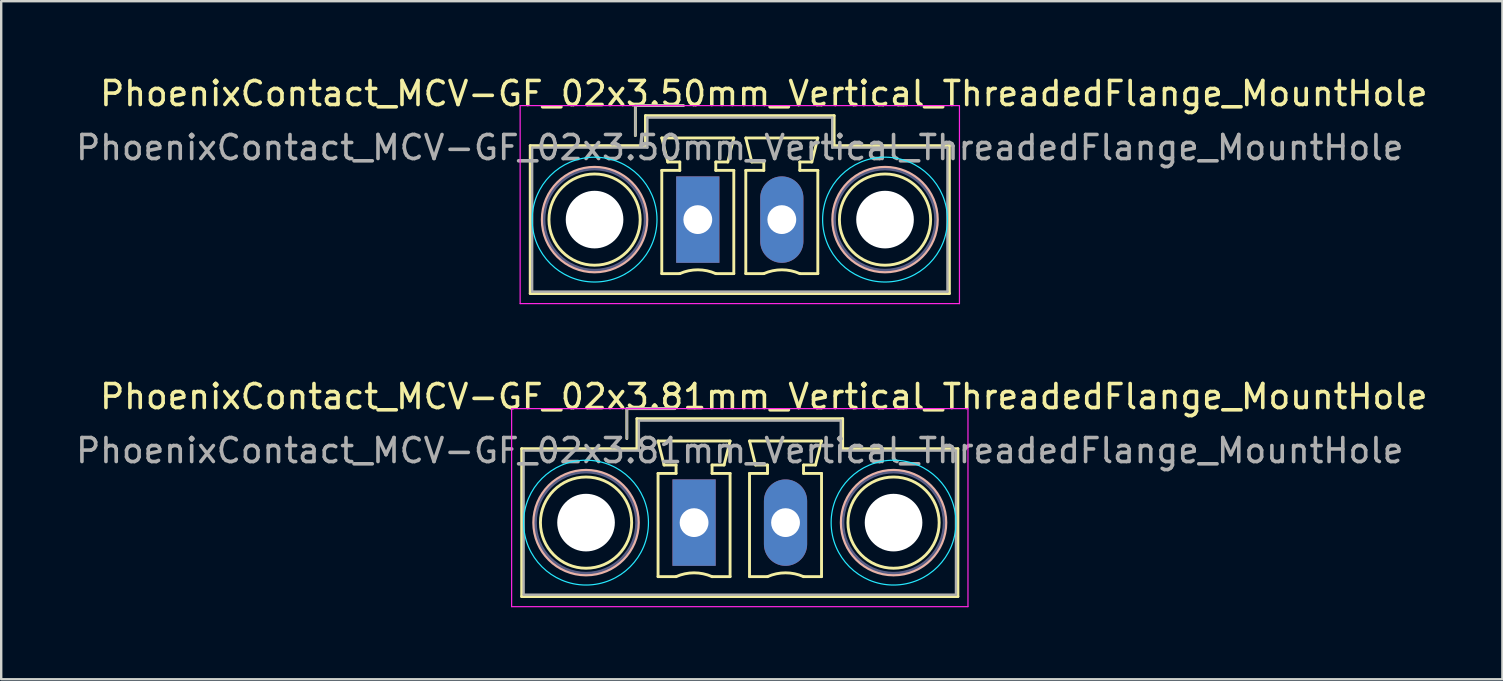
<source format=kicad_pcb>
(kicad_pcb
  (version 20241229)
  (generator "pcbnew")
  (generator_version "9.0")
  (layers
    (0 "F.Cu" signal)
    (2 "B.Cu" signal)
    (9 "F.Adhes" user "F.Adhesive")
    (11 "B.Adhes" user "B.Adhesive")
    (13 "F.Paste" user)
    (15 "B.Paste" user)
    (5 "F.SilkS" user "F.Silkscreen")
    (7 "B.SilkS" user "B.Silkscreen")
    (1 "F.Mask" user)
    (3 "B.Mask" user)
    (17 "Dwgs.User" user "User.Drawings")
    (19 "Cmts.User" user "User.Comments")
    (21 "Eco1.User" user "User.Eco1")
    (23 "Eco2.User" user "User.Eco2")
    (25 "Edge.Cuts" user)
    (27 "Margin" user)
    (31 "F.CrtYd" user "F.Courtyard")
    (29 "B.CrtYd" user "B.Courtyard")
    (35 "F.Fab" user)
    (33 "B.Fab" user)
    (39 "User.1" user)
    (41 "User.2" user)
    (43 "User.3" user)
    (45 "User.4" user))
  (footprint "PhoenixContact_MCV-GF_02x3.81mm_Vertical_ThreadedFlange_MountHole"
    (layer "F.Cu")
    (at 25.863 18.721)
    (property "Reference" "PhoenixContact_MCV-GF_02x3.81mm_Vertical_ThreadedFlange_MountHole" (at 2.905 -5.25 0) (layer "F.SilkS") (effects (font (size 1 1) (thickness 0.15))))
    (attr through_hole)
    (fp_line (start -7.18 -3.08) (end -7.18 3.08) (stroke (width 0.12) (type solid)) (layer "F.SilkS"))
    (fp_line (start -7.18 3.08) (end 10.99 3.08) (stroke (width 0.12) (type solid)) (layer "F.SilkS"))
    (fp_line (start -2.8 -4.75) (end -0.8 -4.75) (stroke (width 0.12) (type solid)) (layer "F.SilkS"))
    (fp_line (start -2.8 -3.5) (end -2.8 -4.75) (stroke (width 0.12) (type solid)) (layer "F.SilkS"))
    (fp_line (start -2.38 -4.33) (end -2.38 -3.08) (stroke (width 0.12) (type solid)) (layer "F.SilkS"))
    (fp_line (start -2.38 -3.08) (end -7.18 -3.08) (stroke (width 0.12) (type solid)) (layer "F.SilkS"))
    (fp_line (start -1.5 -3.4) (end 1.5 -3.4) (stroke (width 0.12) (type solid)) (layer "F.SilkS"))
    (fp_line (start -1.5 -2.05) (end -0.75 -2.05) (stroke (width 0.12) (type solid)) (layer "F.SilkS"))
    (fp_line (start -1.5 2.25) (end -1.5 -2.05) (stroke (width 0.12) (type solid)) (layer "F.SilkS"))
    (fp_line (start -1.25 -2.4) (end -1.5 -3.4) (stroke (width 0.12) (type solid)) (layer "F.SilkS"))
    (fp_line (start -0.75 -2.4) (end -1.25 -2.4) (stroke (width 0.12) (type solid)) (layer "F.SilkS"))
    (fp_line (start -0.75 -2.05) (end -0.75 -2.4) (stroke (width 0.12) (type solid)) (layer "F.SilkS"))
    (fp_line (start -0.75 2.25) (end -1.5 2.25) (stroke (width 0.12) (type solid)) (layer "F.SilkS"))
    (fp_line (start 0.75 -2.4) (end 0.75 -2.05) (stroke (width 0.12) (type solid)) (layer "F.SilkS"))
    (fp_line (start 0.75 -2.05) (end 1.5 -2.05) (stroke (width 0.12) (type solid)) (layer "F.SilkS"))
    (fp_line (start 1.25 -2.4) (end 0.75 -2.4) (stroke (width 0.12) (type solid)) (layer "F.SilkS"))
    (fp_line (start 1.5 -3.4) (end 1.25 -2.4) (stroke (width 0.12) (type solid)) (layer "F.SilkS"))
    (fp_line (start 1.5 -2.05) (end 1.5 2.25) (stroke (width 0.12) (type solid)) (layer "F.SilkS"))
    (fp_line (start 1.5 2.25) (end 0.75 2.25) (stroke (width 0.12) (type solid)) (layer "F.SilkS"))
    (fp_line (start 2.31 -3.4) (end 5.31 -3.4) (stroke (width 0.12) (type solid)) (layer "F.SilkS"))
    (fp_line (start 2.31 -2.05) (end 3.06 -2.05) (stroke (width 0.12) (type solid)) (layer "F.SilkS"))
    (fp_line (start 2.31 2.25) (end 2.31 -2.05) (stroke (width 0.12) (type solid)) (layer "F.SilkS"))
    (fp_line (start 2.56 -2.4) (end 2.31 -3.4) (stroke (width 0.12) (type solid)) (layer "F.SilkS"))
    (fp_line (start 3.06 -2.4) (end 2.56 -2.4) (stroke (width 0.12) (type solid)) (layer "F.SilkS"))
    (fp_line (start 3.06 -2.05) (end 3.06 -2.4) (stroke (width 0.12) (type solid)) (layer "F.SilkS"))
    (fp_line (start 3.06 2.25) (end 2.31 2.25) (stroke (width 0.12) (type solid)) (layer "F.SilkS"))
    (fp_line (start 4.56 -2.4) (end 4.56 -2.05) (stroke (width 0.12) (type solid)) (layer "F.SilkS"))
    (fp_line (start 4.56 -2.05) (end 5.31 -2.05) (stroke (width 0.12) (type solid)) (layer "F.SilkS"))
    (fp_line (start 5.06 -2.4) (end 4.56 -2.4) (stroke (width 0.12) (type solid)) (layer "F.SilkS"))
    (fp_line (start 5.31 -3.4) (end 5.06 -2.4) (stroke (width 0.12) (type solid)) (layer "F.SilkS"))
    (fp_line (start 5.31 -2.05) (end 5.31 2.25) (stroke (width 0.12) (type solid)) (layer "F.SilkS"))
    (fp_line (start 5.31 2.25) (end 4.56 2.25) (stroke (width 0.12) (type solid)) (layer "F.SilkS"))
    (fp_line (start 6.19 -4.33) (end -2.38 -4.33) (stroke (width 0.12) (type solid)) (layer "F.SilkS"))
    (fp_line (start 6.19 -3.08) (end 6.19 -4.33) (stroke (width 0.12) (type solid)) (layer "F.SilkS"))
    (fp_line (start 10.99 -3.08) (end 6.19 -3.08) (stroke (width 0.12) (type solid)) (layer "F.SilkS"))
    (fp_line (start 10.99 3.08) (end 10.99 -3.08) (stroke (width 0.12) (type solid)) (layer "F.SilkS"))
    (fp_arc (start -0.75 2.25) (mid -0.000193 2.09191) (end 0.749647 2.249844) (stroke (width 0.12) (type solid)) (layer "F.SilkS"))
    (fp_arc (start 3.06 2.25) (mid 3.809807 2.09191) (end 4.559647 2.249844) (stroke (width 0.12) (type solid)) (layer "F.SilkS"))
    (fp_circle (center -4.5 0) (end -2.6 0) (stroke (width 0.12) (type solid)) (fill no) (layer "F.SilkS"))
    (fp_circle (center 8.31 0) (end 10.21 0) (stroke (width 0.12) (type solid)) (fill no) (layer "F.SilkS"))
    (fp_circle (center -4.5 0) (end -2.32 0) (stroke (width 0.12) (type solid)) (fill no) (layer "B.SilkS"))
    (fp_circle (center 8.31 0) (end 10.49 0) (stroke (width 0.12) (type solid)) (fill no) (layer "B.SilkS"))
    (fp_circle (center -4.5 0) (end -1.9 0) (stroke (width 0.05) (type solid)) (fill no) (layer "B.CrtYd"))
    (fp_circle (center 8.31 0) (end 10.91 0) (stroke (width 0.05) (type solid)) (fill no) (layer "B.CrtYd"))
    (fp_line (start -7.6 -4.75) (end -7.6 3.5) (stroke (width 0.05) (type solid)) (layer "F.CrtYd"))
    (fp_line (start -7.6 3.5) (end 11.41 3.5) (stroke (width 0.05) (type solid)) (layer "F.CrtYd"))
    (fp_line (start 11.41 -4.75) (end -7.6 -4.75) (stroke (width 0.05) (type solid)) (layer "F.CrtYd"))
    (fp_line (start 11.41 3.5) (end 11.41 -4.75) (stroke (width 0.05) (type solid)) (layer "F.CrtYd"))
    (fp_circle (center -4.5 0) (end -2.4 0) (stroke (width 0.1) (type solid)) (fill no) (layer "B.Fab"))
    (fp_circle (center 8.31 0) (end 10.41 0) (stroke (width 0.1) (type solid)) (fill no) (layer "B.Fab"))
    (fp_line (start -7.1 -3) (end -7.1 3) (stroke (width 0.1) (type solid)) (layer "F.Fab"))
    (fp_line (start -7.1 3) (end 10.91 3) (stroke (width 0.1) (type solid)) (layer "F.Fab"))
    (fp_line (start -2.8 -4.75) (end -0.8 -4.75) (stroke (width 0.1) (type solid)) (layer "F.Fab"))
    (fp_line (start -2.8 -3.5) (end -2.8 -4.75) (stroke (width 0.1) (type solid)) (layer "F.Fab"))
    (fp_line (start -2.3 -4.25) (end -2.3 -3) (stroke (width 0.1) (type solid)) (layer "F.Fab"))
    (fp_line (start -2.3 -3) (end -7.1 -3) (stroke (width 0.1) (type solid)) (layer "F.Fab"))
    (fp_line (start 6.11 -4.25) (end -2.3 -4.25) (stroke (width 0.1) (type solid)) (layer "F.Fab"))
    (fp_line (start 6.11 -3) (end 6.11 -4.25) (stroke (width 0.1) (type solid)) (layer "F.Fab"))
    (fp_line (start 10.91 -3) (end 6.11 -3) (stroke (width 0.1) (type solid)) (layer "F.Fab"))
    (fp_line (start 10.91 3) (end 10.91 -3) (stroke (width 0.1) (type solid)) (layer "F.Fab"))
    (fp_text user "${REFERENCE}" (at 1.905 -3 0) (layer "F.Fab") (effects (font (size 1 1) (thickness 0.15))))
    (pad "" np_thru_hole circle (at -4.5 0) (size 2.4 2.4) (drill 2.4) (layers "*.Cu" "*.Mask"))
    (pad "" np_thru_hole circle (at 8.31 0) (size 2.4 2.4) (drill 2.4) (layers "*.Cu" "*.Mask"))
    (pad "1" thru_hole rect (at 0 0) (size 1.8 3.6) (drill 1.2) (layers "*.Cu" "*.Mask"))
    (pad "2" thru_hole oval (at 3.81 0) (size 1.8 3.6) (drill 1.2) (layers "*.Cu" "*.Mask")))
  (footprint "PhoenixContact_MCV-GF_02x3.50mm_Vertical_ThreadedFlange_MountHole"
    (layer "F.Cu")
    (at 26.018 6.098)
    (property "Reference" "PhoenixContact_MCV-GF_02x3.50mm_Vertical_ThreadedFlange_MountHole" (at 2.75 -5.25 0) (layer "F.SilkS") (effects (font (size 1 1) (thickness 0.15))))
    (attr through_hole)
    (fp_line (start -6.98 -3.08) (end -6.98 3.08) (stroke (width 0.12) (type solid)) (layer "F.SilkS"))
    (fp_line (start -6.98 3.08) (end 10.48 3.08) (stroke (width 0.12) (type solid)) (layer "F.SilkS"))
    (fp_line (start -2.6 -4.75) (end -0.6 -4.75) (stroke (width 0.12) (type solid)) (layer "F.SilkS"))
    (fp_line (start -2.6 -3.5) (end -2.6 -4.75) (stroke (width 0.12) (type solid)) (layer "F.SilkS"))
    (fp_line (start -2.18 -4.33) (end -2.18 -3.08) (stroke (width 0.12) (type solid)) (layer "F.SilkS"))
    (fp_line (start -2.18 -3.08) (end -6.98 -3.08) (stroke (width 0.12) (type solid)) (layer "F.SilkS"))
    (fp_line (start -1.5 -3.4) (end 1.5 -3.4) (stroke (width 0.12) (type solid)) (layer "F.SilkS"))
    (fp_line (start -1.5 -2.05) (end -0.75 -2.05) (stroke (width 0.12) (type solid)) (layer "F.SilkS"))
    (fp_line (start -1.5 2.25) (end -1.5 -2.05) (stroke (width 0.12) (type solid)) (layer "F.SilkS"))
    (fp_line (start -1.25 -2.4) (end -1.5 -3.4) (stroke (width 0.12) (type solid)) (layer "F.SilkS"))
    (fp_line (start -0.75 -2.4) (end -1.25 -2.4) (stroke (width 0.12) (type solid)) (layer "F.SilkS"))
    (fp_line (start -0.75 -2.05) (end -0.75 -2.4) (stroke (width 0.12) (type solid)) (layer "F.SilkS"))
    (fp_line (start -0.75 2.25) (end -1.5 2.25) (stroke (width 0.12) (type solid)) (layer "F.SilkS"))
    (fp_line (start 0.75 -2.4) (end 0.75 -2.05) (stroke (width 0.12) (type solid)) (layer "F.SilkS"))
    (fp_line (start 0.75 -2.05) (end 1.5 -2.05) (stroke (width 0.12) (type solid)) (layer "F.SilkS"))
    (fp_line (start 1.25 -2.4) (end 0.75 -2.4) (stroke (width 0.12) (type solid)) (layer "F.SilkS"))
    (fp_line (start 1.5 -3.4) (end 1.25 -2.4) (stroke (width 0.12) (type solid)) (layer "F.SilkS"))
    (fp_line (start 1.5 -2.05) (end 1.5 2.25) (stroke (width 0.12) (type solid)) (layer "F.SilkS"))
    (fp_line (start 1.5 2.25) (end 0.75 2.25) (stroke (width 0.12) (type solid)) (layer "F.SilkS"))
    (fp_line (start 2 -3.4) (end 5 -3.4) (stroke (width 0.12) (type solid)) (layer "F.SilkS"))
    (fp_line (start 2 -2.05) (end 2.75 -2.05) (stroke (width 0.12) (type solid)) (layer "F.SilkS"))
    (fp_line (start 2 2.25) (end 2 -2.05) (stroke (width 0.12) (type solid)) (layer "F.SilkS"))
    (fp_line (start 2.25 -2.4) (end 2 -3.4) (stroke (width 0.12) (type solid)) (layer "F.SilkS"))
    (fp_line (start 2.75 -2.4) (end 2.25 -2.4) (stroke (width 0.12) (type solid)) (layer "F.SilkS"))
    (fp_line (start 2.75 -2.05) (end 2.75 -2.4) (stroke (width 0.12) (type solid)) (layer "F.SilkS"))
    (fp_line (start 2.75 2.25) (end 2 2.25) (stroke (width 0.12) (type solid)) (layer "F.SilkS"))
    (fp_line (start 4.25 -2.4) (end 4.25 -2.05) (stroke (width 0.12) (type solid)) (layer "F.SilkS"))
    (fp_line (start 4.25 -2.05) (end 5 -2.05) (stroke (width 0.12) (type solid)) (layer "F.SilkS"))
    (fp_line (start 4.75 -2.4) (end 4.25 -2.4) (stroke (width 0.12) (type solid)) (layer "F.SilkS"))
    (fp_line (start 5 -3.4) (end 4.75 -2.4) (stroke (width 0.12) (type solid)) (layer "F.SilkS"))
    (fp_line (start 5 -2.05) (end 5 2.25) (stroke (width 0.12) (type solid)) (layer "F.SilkS"))
    (fp_line (start 5 2.25) (end 4.25 2.25) (stroke (width 0.12) (type solid)) (layer "F.SilkS"))
    (fp_line (start 5.68 -4.33) (end -2.18 -4.33) (stroke (width 0.12) (type solid)) (layer "F.SilkS"))
    (fp_line (start 5.68 -3.08) (end 5.68 -4.33) (stroke (width 0.12) (type solid)) (layer "F.SilkS"))
    (fp_line (start 10.48 -3.08) (end 5.68 -3.08) (stroke (width 0.12) (type solid)) (layer "F.SilkS"))
    (fp_line (start 10.48 3.08) (end 10.48 -3.08) (stroke (width 0.12) (type solid)) (layer "F.SilkS"))
    (fp_arc (start -0.75 2.25) (mid -0.000193 2.09191) (end 0.749647 2.249844) (stroke (width 0.12) (type solid)) (layer "F.SilkS"))
    (fp_arc (start 2.75 2.25) (mid 3.499807 2.09191) (end 4.249647 2.249844) (stroke (width 0.12) (type solid)) (layer "F.SilkS"))
    (fp_circle (center -4.3 0) (end -2.4 0) (stroke (width 0.12) (type solid)) (fill no) (layer "F.SilkS"))
    (fp_circle (center 7.8 0) (end 9.7 0) (stroke (width 0.12) (type solid)) (fill no) (layer "F.SilkS"))
    (fp_circle (center -4.3 0) (end -2.12 0) (stroke (width 0.12) (type solid)) (fill no) (layer "B.SilkS"))
    (fp_circle (center 7.8 0) (end 9.98 0) (stroke (width 0.12) (type solid)) (fill no) (layer "B.SilkS"))
    (fp_circle (center -4.3 0) (end -1.7 0) (stroke (width 0.05) (type solid)) (fill no) (layer "B.CrtYd"))
    (fp_circle (center 7.8 0) (end 10.4 0) (stroke (width 0.05) (type solid)) (fill no) (layer "B.CrtYd"))
    (fp_line (start -7.4 -4.75) (end -7.4 3.5) (stroke (width 0.05) (type solid)) (layer "F.CrtYd"))
    (fp_line (start -7.4 3.5) (end 10.9 3.5) (stroke (width 0.05) (type solid)) (layer "F.CrtYd"))
    (fp_line (start 10.9 -4.75) (end -7.4 -4.75) (stroke (width 0.05) (type solid)) (layer "F.CrtYd"))
    (fp_line (start 10.9 3.5) (end 10.9 -4.75) (stroke (width 0.05) (type solid)) (layer "F.CrtYd"))
    (fp_circle (center -4.3 0) (end -2.2 0) (stroke (width 0.1) (type solid)) (fill no) (layer "B.Fab"))
    (fp_circle (center 7.8 0) (end 9.9 0) (stroke (width 0.1) (type solid)) (fill no) (layer "B.Fab"))
    (fp_line (start -6.9 -3) (end -6.9 3) (stroke (width 0.1) (type solid)) (layer "F.Fab"))
    (fp_line (start -6.9 3) (end 10.4 3) (stroke (width 0.1) (type solid)) (layer "F.Fab"))
    (fp_line (start -2.6 -4.75) (end -0.6 -4.75) (stroke (width 0.1) (type solid)) (layer "F.Fab"))
    (fp_line (start -2.6 -3.5) (end -2.6 -4.75) (stroke (width 0.1) (type solid)) (layer "F.Fab"))
    (fp_line (start -2.1 -4.25) (end -2.1 -3) (stroke (width 0.1) (type solid)) (layer "F.Fab"))
    (fp_line (start -2.1 -3) (end -6.9 -3) (stroke (width 0.1) (type solid)) (layer "F.Fab"))
    (fp_line (start 5.6 -4.25) (end -2.1 -4.25) (stroke (width 0.1) (type solid)) (layer "F.Fab"))
    (fp_line (start 5.6 -3) (end 5.6 -4.25) (stroke (width 0.1) (type solid)) (layer "F.Fab"))
    (fp_line (start 10.4 -3) (end 5.6 -3) (stroke (width 0.1) (type solid)) (layer "F.Fab"))
    (fp_line (start 10.4 3) (end 10.4 -3) (stroke (width 0.1) (type solid)) (layer "F.Fab"))
    (fp_text user "${REFERENCE}" (at 1.75 -3 0) (layer "F.Fab") (effects (font (size 1 1) (thickness 0.15))))
    (pad "" np_thru_hole circle (at -4.3 0) (size 2.4 2.4) (drill 2.4) (layers "*.Cu" "*.Mask"))
    (pad "" np_thru_hole circle (at 7.8 0) (size 2.4 2.4) (drill 2.4) (layers "*.Cu" "*.Mask"))
    (pad "1" thru_hole rect (at 0 0) (size 1.8 3.6) (drill 1.2) (layers "*.Cu" "*.Mask"))
    (pad "2" thru_hole oval (at 3.5 0) (size 1.8 3.6) (drill 1.2) (layers "*.Cu" "*.Mask")))
  (gr_rect
    (start -3 -3)
    (end 59.536 25.247)
    (stroke (width 0.1) (type default))
    (fill no)
    (layer "Edge.Cuts")))
</source>
